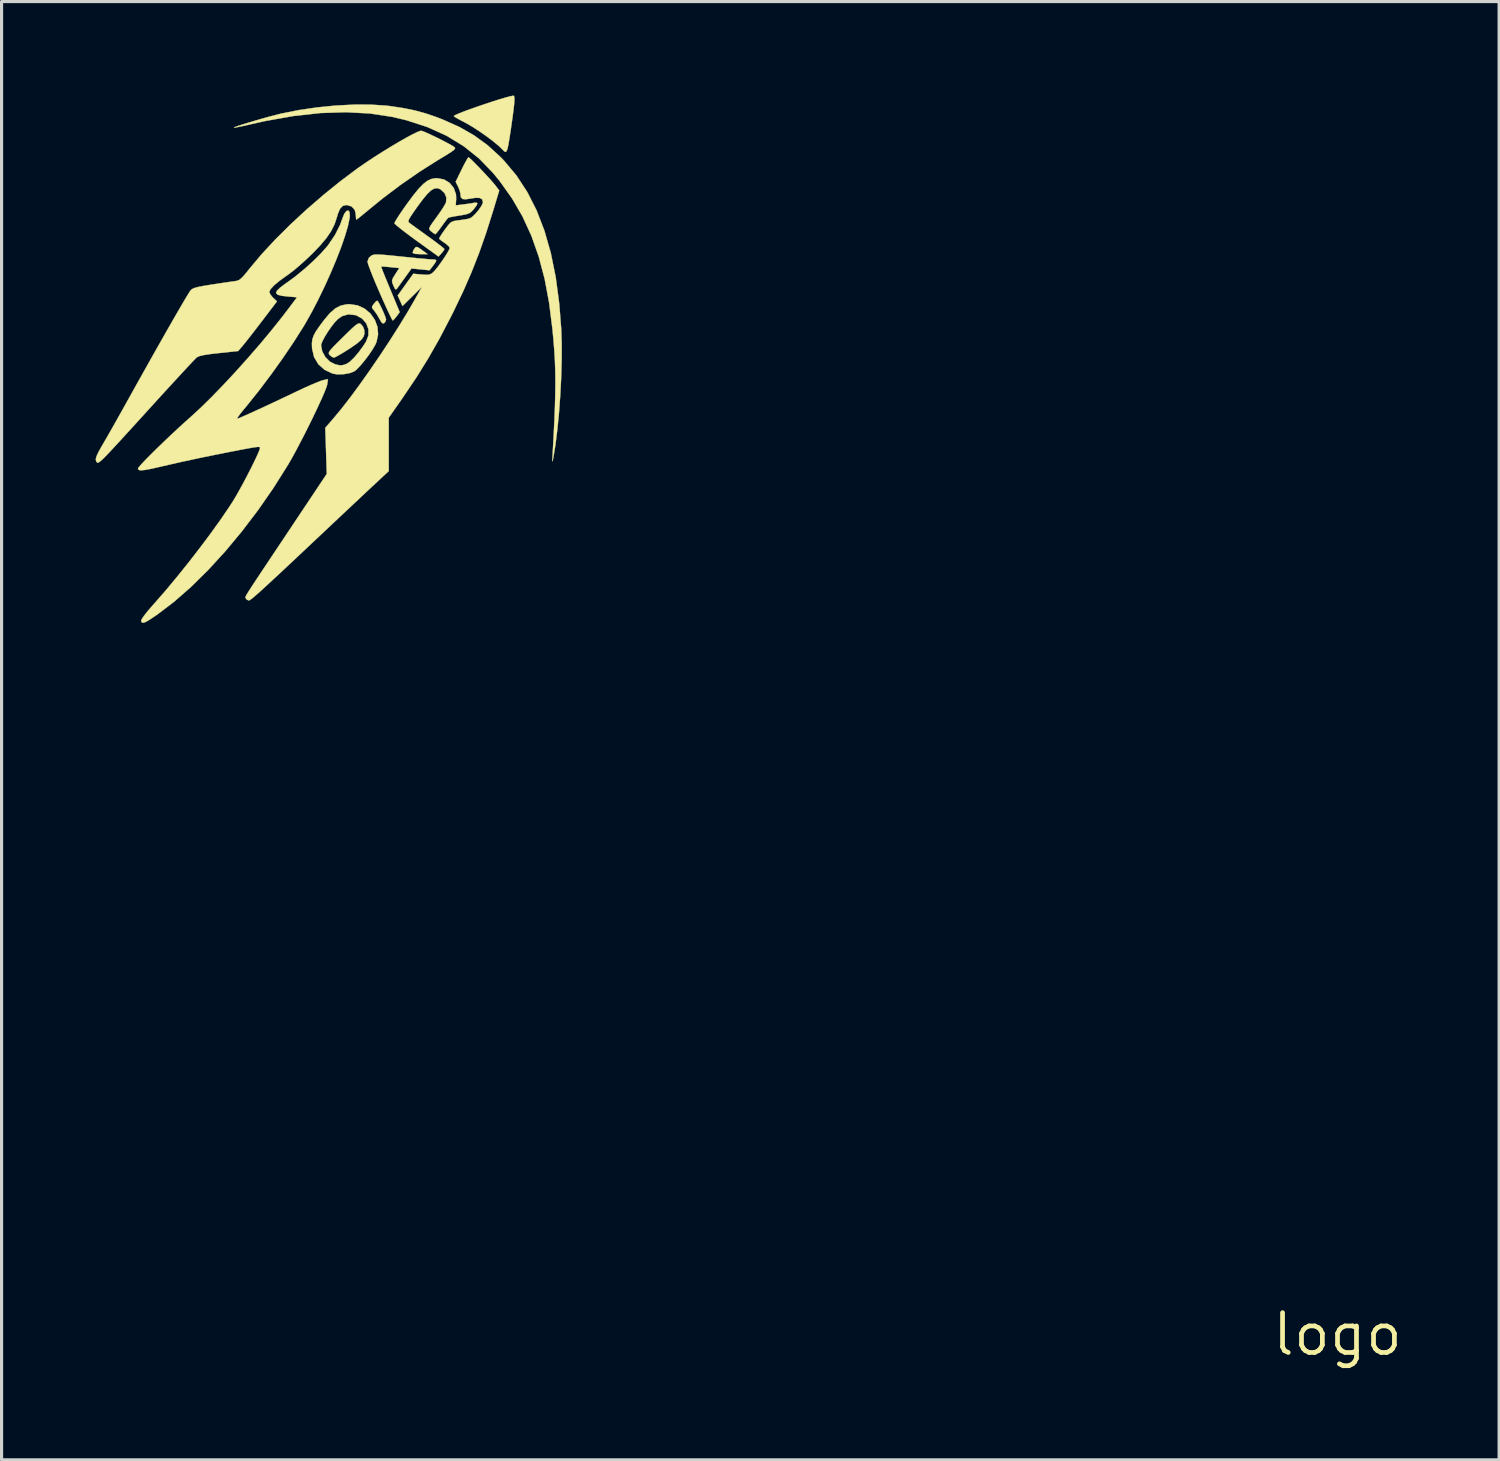
<source format=kicad_pcb>
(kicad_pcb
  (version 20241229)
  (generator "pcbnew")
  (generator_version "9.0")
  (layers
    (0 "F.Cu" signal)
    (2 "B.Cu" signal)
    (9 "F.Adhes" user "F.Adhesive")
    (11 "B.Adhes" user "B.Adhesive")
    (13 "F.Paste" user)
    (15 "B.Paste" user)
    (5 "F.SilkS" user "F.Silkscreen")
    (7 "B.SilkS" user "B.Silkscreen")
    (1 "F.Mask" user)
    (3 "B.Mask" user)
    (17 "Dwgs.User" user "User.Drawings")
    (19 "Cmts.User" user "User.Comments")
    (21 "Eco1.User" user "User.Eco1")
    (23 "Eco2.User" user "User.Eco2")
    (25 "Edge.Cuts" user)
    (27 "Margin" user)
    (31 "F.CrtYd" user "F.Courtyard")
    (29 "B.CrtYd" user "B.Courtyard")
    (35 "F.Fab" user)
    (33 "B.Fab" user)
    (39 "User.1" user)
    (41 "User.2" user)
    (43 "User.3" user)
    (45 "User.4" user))
  (footprint "logo"
    (layer "F.Cu")
    (at 39.62 39.517)
    (property "Reference" "logo" (at 0 0 0) (layer "F.SilkS") (effects (font (size 1.27 1.27) (thickness 0.15))))
    (attr through_hole)
    (fp_poly (pts (xy -29.293 -34.65) (xy -29.207 -34.589) (xy -29.028 -34.459) (xy -29.267 -34.459) (xy -29.42 -34.467) (xy -29.495 -34.492) (xy -29.505 -34.512) (xy -29.48 -34.586) (xy -29.445 -34.642) (xy -29.406 -34.684) (xy -29.363 -34.688) (xy -29.293 -34.65)) (stroke (width 0.01) (type solid)) (fill yes) (layer "F.SilkS"))
    (fp_poly (pts (xy -30.605 -32.941) (xy -30.553 -32.851) (xy -30.492 -32.726) (xy -30.431 -32.592) (xy -30.382 -32.47) (xy -30.355 -32.383) (xy -30.353 -32.365) (xy -30.383 -32.293) (xy -30.412 -32.262) (xy -30.455 -32.247) (xy -30.501 -32.286) (xy -30.563 -32.393) (xy -30.564 -32.394) (xy -30.639 -32.525) (xy -30.718 -32.638) (xy -30.742 -32.668) (xy -30.798 -32.736) (xy -30.8 -32.789) (xy -30.749 -32.867) (xy -30.684 -32.943) (xy -30.638 -32.976) (xy -30.637 -32.976) (xy -30.605 -32.941)) (stroke (width 0.01) (type solid)) (fill yes) (layer "F.SilkS"))
    (fp_poly (pts (xy -31.176 -32.24) (xy -31.162 -32.231) (xy -31.091 -32.147) (xy -31.053 -32.054) (xy -31.041 -31.939) (xy -31.066 -31.837) (xy -31.137 -31.736) (xy -31.262 -31.624) (xy -31.451 -31.49) (xy -31.538 -31.433) (xy -31.709 -31.325) (xy -31.857 -31.237) (xy -31.966 -31.178) (xy -32.02 -31.157) (xy -32.088 -31.186) (xy -32.15 -31.239) (xy -32.175 -31.272) (xy -32.182 -31.307) (xy -32.163 -31.353) (xy -32.111 -31.421) (xy -32.019 -31.521) (xy -31.879 -31.662) (xy -31.734 -31.805) (xy -31.551 -31.985) (xy -31.417 -32.112) (xy -31.323 -32.194) (xy -31.258 -32.237) (xy -31.212 -32.25) (xy -31.176 -32.24)) (stroke (width 0.01) (type solid)) (fill yes) (layer "F.SilkS"))
    (fp_poly (pts (xy -26.277 -39.511) (xy -26.262 -39.476) (xy -26.258 -39.394) (xy -26.266 -39.258) (xy -26.288 -39.06) (xy -26.323 -38.793) (xy -26.372 -38.451) (xy -26.377 -38.417) (xy -26.419 -38.145) (xy -26.452 -37.947) (xy -26.481 -37.816) (xy -26.51 -37.743) (xy -26.542 -37.72) (xy -26.582 -37.738) (xy -26.633 -37.788) (xy -26.653 -37.81) (xy -26.77 -37.922) (xy -26.941 -38.063) (xy -27.147 -38.218) (xy -27.369 -38.373) (xy -27.587 -38.515) (xy -27.782 -38.629) (xy -27.832 -38.656) (xy -27.987 -38.737) (xy -28.109 -38.805) (xy -28.181 -38.851) (xy -28.194 -38.863) (xy -28.156 -38.891) (xy -28.05 -38.939) (xy -27.891 -39.003) (xy -27.691 -39.077) (xy -27.465 -39.157) (xy -27.225 -39.239) (xy -26.987 -39.318) (xy -26.762 -39.39) (xy -26.565 -39.449) (xy -26.409 -39.491) (xy -26.308 -39.512) (xy -26.277 -39.511)) (stroke (width 0.01) (type solid)) (fill yes) (layer "F.SilkS"))
    (fp_poly (pts (xy -31.262 -32.825) (xy -31.037 -32.721) (xy -30.851 -32.563) (xy -30.712 -32.364) (xy -30.628 -32.138) (xy -30.608 -31.897) (xy -30.659 -31.655) (xy -30.696 -31.571) (xy -30.789 -31.412) (xy -30.911 -31.233) (xy -31.046 -31.055) (xy -31.18 -30.896) (xy -31.297 -30.775) (xy -31.368 -30.72) (xy -31.516 -30.663) (xy -31.707 -30.629) (xy -31.902 -30.623) (xy -32.056 -30.647) (xy -32.316 -30.77) (xy -32.516 -30.949) (xy -32.651 -31.177) (xy -32.714 -31.447) (xy -32.716 -31.473) (xy -32.718 -31.553) (xy -32.427 -31.553) (xy -32.39 -31.356) (xy -32.288 -31.172) (xy -32.141 -31.027) (xy -31.984 -30.948) (xy -31.851 -30.915) (xy -31.754 -30.914) (xy -31.65 -30.945) (xy -31.607 -30.962) (xy -31.501 -31.033) (xy -31.369 -31.163) (xy -31.223 -31.335) (xy -31.078 -31.535) (xy -30.994 -31.665) (xy -30.917 -31.863) (xy -30.916 -32.063) (xy -30.984 -32.248) (xy -31.113 -32.4) (xy -31.297 -32.503) (xy -31.338 -32.515) (xy -31.556 -32.539) (xy -31.752 -32.483) (xy -31.885 -32.393) (xy -31.982 -32.294) (xy -32.093 -32.154) (xy -32.205 -31.992) (xy -32.307 -31.828) (xy -32.384 -31.683) (xy -32.424 -31.577) (xy -32.427 -31.553) (xy -32.718 -31.553) (xy -32.72 -31.615) (xy -32.706 -31.736) (xy -32.667 -31.855) (xy -32.596 -31.988) (xy -32.484 -32.152) (xy -32.334 -32.353) (xy -32.147 -32.577) (xy -31.972 -32.729) (xy -31.796 -32.82) (xy -31.602 -32.86) (xy -31.517 -32.863) (xy -31.262 -32.825)) (stroke (width 0.01) (type solid)) (fill yes) (layer "F.SilkS"))
    (fp_poly (pts (xy -30.581 -34.447) (xy -30.439 -34.438) (xy -30.241 -34.42) (xy -29.975 -34.393) (xy -29.853 -34.38) (xy -29.583 -34.353) (xy -29.335 -34.328) (xy -29.123 -34.309) (xy -28.964 -34.295) (xy -28.871 -34.289) (xy -28.861 -34.289) (xy -28.778 -34.284) (xy -28.752 -34.256) (xy -28.781 -34.191) (xy -28.855 -34.089) (xy -28.966 -33.944) (xy -29.255 -33.973) (xy -29.543 -34.002) (xy -29.747 -33.717) (xy -29.849 -33.576) (xy -29.936 -33.454) (xy -29.993 -33.375) (xy -30.001 -33.364) (xy -30.037 -33.331) (xy -30.07 -33.354) (xy -30.114 -33.444) (xy -30.12 -33.458) (xy -30.157 -33.554) (xy -30.163 -33.624) (xy -30.133 -33.7) (xy -30.063 -33.814) (xy -30.06 -33.818) (xy -29.932 -34.015) (xy -30.215 -34.044) (xy -30.359 -34.057) (xy -30.465 -34.065) (xy -30.509 -34.064) (xy -30.509 -34.064) (xy -30.498 -34.023) (xy -30.46 -33.923) (xy -30.403 -33.78) (xy -30.369 -33.696) (xy -30.278 -33.476) (xy -30.175 -33.228) (xy -30.08 -33) (xy -30.069 -32.973) (xy -29.918 -32.609) (xy -30.017 -32.476) (xy -30.085 -32.391) (xy -30.135 -32.345) (xy -30.142 -32.343) (xy -30.166 -32.38) (xy -30.218 -32.484) (xy -30.294 -32.643) (xy -30.388 -32.848) (xy -30.495 -33.087) (xy -30.557 -33.228) (xy -30.669 -33.488) (xy -30.769 -33.727) (xy -30.85 -33.934) (xy -30.91 -34.095) (xy -30.942 -34.197) (xy -30.946 -34.222) (xy -30.905 -34.339) (xy -30.837 -34.401) (xy -30.796 -34.425) (xy -30.748 -34.44) (xy -30.68 -34.448) (xy -30.581 -34.447)) (stroke (width 0.01) (type solid)) (fill yes) (layer "F.SilkS"))
    (fp_poly (pts (xy -30.361 -39.198) (xy -30.226 -39.183) (xy -29.805 -39.119) (xy -29.437 -39.044) (xy -29.093 -38.95) (xy -28.742 -38.83) (xy -28.544 -38.753) (xy -28.014 -38.516) (xy -27.547 -38.249) (xy -27.122 -37.94) (xy -26.719 -37.574) (xy -26.591 -37.442) (xy -26.196 -36.971) (xy -25.85 -36.443) (xy -25.552 -35.857) (xy -25.302 -35.208) (xy -25.098 -34.497) (xy -24.94 -33.719) (xy -24.828 -32.873) (xy -24.765 -32.064) (xy -24.75 -31.603) (xy -24.751 -31.087) (xy -24.766 -30.537) (xy -24.795 -29.971) (xy -24.836 -29.41) (xy -24.888 -28.874) (xy -24.949 -28.383) (xy -25.018 -27.961) (xy -25.037 -27.871) (xy -25.047 -27.845) (xy -25.049 -27.889) (xy -25.044 -28.009) (xy -25.038 -28.109) (xy -25.007 -28.687) (xy -24.982 -29.193) (xy -24.965 -29.638) (xy -24.955 -30.034) (xy -24.952 -30.394) (xy -24.956 -30.729) (xy -24.967 -31.051) (xy -24.986 -31.372) (xy -25.012 -31.704) (xy -25.045 -32.058) (xy -25.045 -32.059) (xy -25.151 -32.901) (xy -25.296 -33.674) (xy -25.485 -34.387) (xy -25.718 -35.046) (xy -26 -35.66) (xy -26.334 -36.235) (xy -26.721 -36.78) (xy -26.943 -37.052) (xy -27.385 -37.509) (xy -27.88 -37.905) (xy -28.43 -38.239) (xy -29.037 -38.514) (xy -29.704 -38.731) (xy -30.158 -38.839) (xy -30.871 -38.947) (xy -31.633 -38.987) (xy -32.446 -38.961) (xy -33.307 -38.866) (xy -34.216 -38.705) (xy -34.661 -38.605) (xy -34.861 -38.559) (xy -35.029 -38.523) (xy -35.149 -38.501) (xy -35.205 -38.494) (xy -35.207 -38.495) (xy -35.176 -38.513) (xy -35.078 -38.549) (xy -34.926 -38.598) (xy -34.736 -38.656) (xy -34.522 -38.72) (xy -34.298 -38.785) (xy -34.078 -38.846) (xy -33.877 -38.899) (xy -33.709 -38.941) (xy -33.694 -38.944) (xy -33.134 -39.056) (xy -32.55 -39.141) (xy -31.961 -39.2) (xy -31.387 -39.229) (xy -30.848 -39.23) (xy -30.361 -39.198)) (stroke (width 0.01) (type solid)) (fill yes) (layer "F.SilkS"))
    (fp_poly (pts (xy -28.504 -36.841) (xy -28.325 -36.731) (xy -28.194 -36.569) (xy -28.123 -36.367) (xy -28.117 -36.222) (xy -28.131 -36.016) (xy -27.917 -36.042) (xy -27.76 -36.062) (xy -27.614 -36.085) (xy -27.567 -36.094) (xy -27.472 -36.104) (xy -27.439 -36.078) (xy -27.469 -36.009) (xy -27.558 -35.892) (xy -27.63 -35.813) (xy -27.704 -35.762) (xy -27.805 -35.728) (xy -27.957 -35.699) (xy -28.007 -35.692) (xy -28.166 -35.666) (xy -28.292 -35.642) (xy -28.362 -35.624) (xy -28.366 -35.622) (xy -28.407 -35.578) (xy -28.48 -35.484) (xy -28.571 -35.359) (xy -28.579 -35.347) (xy -28.669 -35.224) (xy -28.74 -35.135) (xy -28.78 -35.096) (xy -28.782 -35.096) (xy -28.83 -35.121) (xy -28.906 -35.179) (xy -28.951 -35.218) (xy -28.975 -35.253) (xy -28.971 -35.298) (xy -28.936 -35.367) (xy -28.863 -35.474) (xy -28.748 -35.632) (xy -28.712 -35.681) (xy -28.604 -35.835) (xy -28.512 -35.978) (xy -28.452 -36.085) (xy -28.441 -36.113) (xy -28.429 -36.265) (xy -28.49 -36.41) (xy -28.615 -36.525) (xy -28.627 -36.532) (xy -28.721 -36.565) (xy -28.818 -36.552) (xy -28.925 -36.488) (xy -29.05 -36.367) (xy -29.201 -36.182) (xy -29.351 -35.978) (xy -29.484 -35.789) (xy -29.572 -35.658) (xy -29.623 -35.57) (xy -29.641 -35.514) (xy -29.633 -35.479) (xy -29.605 -35.452) (xy -29.544 -35.407) (xy -29.429 -35.323) (xy -29.273 -35.211) (xy -29.092 -35.08) (xy -29.01 -35.021) (xy -28.83 -34.89) (xy -28.677 -34.775) (xy -28.563 -34.686) (xy -28.5 -34.632) (xy -28.492 -34.62) (xy -28.517 -34.572) (xy -28.579 -34.494) (xy -28.586 -34.487) (xy -28.681 -34.383) (xy -29.379 -34.887) (xy -29.591 -35.042) (xy -29.778 -35.183) (xy -29.93 -35.302) (xy -30.036 -35.39) (xy -30.085 -35.439) (xy -30.087 -35.444) (xy -30.066 -35.494) (xy -30.003 -35.6) (xy -29.906 -35.749) (xy -29.783 -35.928) (xy -29.685 -36.066) (xy -29.482 -36.34) (xy -29.312 -36.548) (xy -29.166 -36.698) (xy -29.036 -36.799) (xy -28.911 -36.857) (xy -28.782 -36.881) (xy -28.719 -36.883) (xy -28.504 -36.841)) (stroke (width 0.01) (type solid)) (fill yes) (layer "F.SilkS"))
    (fp_poly (pts (xy -27.685 -37.52) (xy -27.601 -37.442) (xy -27.485 -37.326) (xy -27.351 -37.188) (xy -27.21 -37.039) (xy -27.076 -36.894) (xy -26.961 -36.765) (xy -26.877 -36.666) (xy -26.864 -36.649) (xy -26.743 -36.489) (xy -26.944 -35.824) (xy -27.163 -35.131) (xy -27.386 -34.496) (xy -27.624 -33.89) (xy -27.888 -33.285) (xy -28.19 -32.653) (xy -28.304 -32.426) (xy -28.657 -31.752) (xy -29.01 -31.132) (xy -29.382 -30.533) (xy -29.79 -29.927) (xy -29.818 -29.885) (xy -30.268 -29.241) (xy -30.268 -28.389) (xy -30.268 -27.538) (xy -30.678 -27.157) (xy -30.804 -27.039) (xy -30.983 -26.872) (xy -31.202 -26.666) (xy -31.453 -26.43) (xy -31.726 -26.174) (xy -32.01 -25.907) (xy -32.278 -25.654) (xy -32.723 -25.235) (xy -33.11 -24.871) (xy -33.443 -24.558) (xy -33.727 -24.292) (xy -33.966 -24.07) (xy -34.164 -23.887) (xy -34.324 -23.74) (xy -34.452 -23.626) (xy -34.55 -23.54) (xy -34.623 -23.479) (xy -34.675 -23.44) (xy -34.71 -23.418) (xy -34.732 -23.411) (xy -34.735 -23.41) (xy -34.807 -23.445) (xy -34.824 -23.472) (xy -34.831 -23.485) (xy -34.838 -23.495) (xy -34.841 -23.507) (xy -34.836 -23.528) (xy -34.821 -23.562) (xy -34.791 -23.615) (xy -34.744 -23.692) (xy -34.675 -23.8) (xy -34.582 -23.943) (xy -34.46 -24.127) (xy -34.307 -24.358) (xy -34.118 -24.641) (xy -33.891 -24.982) (xy -33.621 -25.385) (xy -33.515 -25.545) (xy -32.246 -27.447) (xy -32.269 -28.183) (xy -32.293 -28.919) (xy -32.029 -29.223) (xy -31.777 -29.527) (xy -31.494 -29.891) (xy -31.19 -30.304) (xy -30.873 -30.752) (xy -30.552 -31.221) (xy -30.237 -31.698) (xy -29.937 -32.17) (xy -29.66 -32.624) (xy -29.457 -32.974) (xy -29.204 -33.422) (xy -29.517 -33.113) (xy -29.83 -32.804) (xy -29.906 -32.972) (xy -29.982 -33.14) (xy -29.485 -33.834) (xy -29.221 -33.81) (xy -29.068 -33.8) (xy -28.971 -33.808) (xy -28.9 -33.841) (xy -28.853 -33.879) (xy -28.779 -33.958) (xy -28.684 -34.08) (xy -28.579 -34.225) (xy -28.477 -34.375) (xy -28.392 -34.51) (xy -28.336 -34.612) (xy -28.321 -34.657) (xy -28.354 -34.711) (xy -28.438 -34.783) (xy -28.49 -34.819) (xy -28.59 -34.889) (xy -28.651 -34.943) (xy -28.66 -34.959) (xy -28.636 -35.007) (xy -28.575 -35.104) (xy -28.487 -35.229) (xy -28.471 -35.252) (xy -28.372 -35.384) (xy -28.299 -35.463) (xy -28.225 -35.506) (xy -28.128 -35.528) (xy -28.037 -35.539) (xy -27.882 -35.56) (xy -27.746 -35.584) (xy -27.686 -35.598) (xy -27.604 -35.649) (xy -27.502 -35.748) (xy -27.398 -35.87) (xy -27.314 -35.992) (xy -27.267 -36.091) (xy -27.263 -36.116) (xy -27.286 -36.206) (xy -27.363 -36.252) (xy -27.501 -36.256) (xy -27.645 -36.234) (xy -27.812 -36.209) (xy -27.913 -36.218) (xy -27.965 -36.269) (xy -27.981 -36.367) (xy -27.982 -36.386) (xy -28.001 -36.478) (xy -28.048 -36.597) (xy -28.058 -36.618) (xy -28.134 -36.767) (xy -27.943 -37.158) (xy -27.861 -37.321) (xy -27.791 -37.45) (xy -27.742 -37.531) (xy -27.725 -37.55) (xy -27.685 -37.52)) (stroke (width 0.01) (type solid)) (fill yes) (layer "F.SilkS"))
    (fp_poly (pts (xy -31.52 -35.803) (xy -31.509 -35.683) (xy -31.517 -35.608) (xy -31.571 -35.354) (xy -31.663 -35.041) (xy -31.787 -34.681) (xy -31.94 -34.287) (xy -32.114 -33.873) (xy -32.305 -33.449) (xy -32.507 -33.031) (xy -32.715 -32.629) (xy -32.923 -32.258) (xy -32.994 -32.139) (xy -33.299 -31.658) (xy -33.647 -31.143) (xy -34.022 -30.619) (xy -34.405 -30.111) (xy -34.779 -29.643) (xy -34.884 -29.517) (xy -34.991 -29.386) (xy -35.067 -29.283) (xy -35.104 -29.221) (xy -35.102 -29.21) (xy -35.048 -29.228) (xy -34.925 -29.279) (xy -34.741 -29.36) (xy -34.504 -29.468) (xy -34.221 -29.598) (xy -33.901 -29.748) (xy -33.55 -29.914) (xy -33.212 -30.075) (xy -32.98 -30.184) (xy -32.762 -30.282) (xy -32.576 -30.361) (xy -32.436 -30.416) (xy -32.371 -30.436) (xy -32.206 -30.473) (xy -32.232 -30.297) (xy -32.26 -30.203) (xy -32.323 -30.046) (xy -32.413 -29.838) (xy -32.527 -29.59) (xy -32.658 -29.314) (xy -32.801 -29.022) (xy -32.949 -28.726) (xy -33.098 -28.437) (xy -33.241 -28.166) (xy -33.373 -27.926) (xy -33.475 -27.75) (xy -33.937 -27.015) (xy -34.431 -26.302) (xy -34.949 -25.621) (xy -35.484 -24.978) (xy -36.029 -24.383) (xy -36.575 -23.844) (xy -37.117 -23.369) (xy -37.647 -22.966) (xy -37.742 -22.901) (xy -37.912 -22.789) (xy -38.027 -22.723) (xy -38.1 -22.698) (xy -38.143 -22.71) (xy -38.169 -22.754) (xy -38.15 -22.812) (xy -38.073 -22.926) (xy -37.939 -23.094) (xy -37.75 -23.311) (xy -37.709 -23.357) (xy -37.367 -23.749) (xy -37.007 -24.183) (xy -36.639 -24.642) (xy -36.277 -25.11) (xy -35.932 -25.571) (xy -35.617 -26.011) (xy -35.345 -26.412) (xy -35.248 -26.562) (xy -35.147 -26.729) (xy -35.031 -26.933) (xy -34.907 -27.16) (xy -34.782 -27.397) (xy -34.662 -27.631) (xy -34.555 -27.848) (xy -34.467 -28.035) (xy -34.405 -28.179) (xy -34.376 -28.265) (xy -34.375 -28.276) (xy -34.378 -28.295) (xy -34.393 -28.306) (xy -34.431 -28.31) (xy -34.5 -28.304) (xy -34.609 -28.288) (xy -34.769 -28.26) (xy -34.988 -28.219) (xy -35.275 -28.163) (xy -35.454 -28.128) (xy -36.199 -27.978) (xy -36.896 -27.829) (xy -37.58 -27.672) (xy -37.602 -27.667) (xy -37.86 -27.608) (xy -38.047 -27.574) (xy -38.171 -27.563) (xy -38.241 -27.574) (xy -38.268 -27.607) (xy -38.269 -27.618) (xy -38.239 -27.666) (xy -38.156 -27.762) (xy -38.026 -27.899) (xy -37.86 -28.067) (xy -37.665 -28.26) (xy -37.45 -28.468) (xy -37.224 -28.683) (xy -36.994 -28.897) (xy -36.77 -29.102) (xy -36.576 -29.275) (xy -36.267 -29.559) (xy -35.92 -29.9) (xy -35.547 -30.285) (xy -35.159 -30.702) (xy -34.767 -31.139) (xy -34.382 -31.582) (xy -34.016 -32.021) (xy -33.68 -32.442) (xy -33.499 -32.678) (xy -33.194 -33.084) (xy -33.478 -33.107) (xy -33.682 -33.13) (xy -33.81 -33.164) (xy -33.863 -33.214) (xy -33.84 -33.286) (xy -33.742 -33.384) (xy -33.569 -33.515) (xy -33.49 -33.569) (xy -33.226 -33.765) (xy -32.948 -33.994) (xy -32.677 -34.239) (xy -32.434 -34.481) (xy -32.237 -34.702) (xy -32.199 -34.75) (xy -31.98 -35.075) (xy -31.815 -35.405) (xy -31.748 -35.592) (xy -31.686 -35.747) (xy -31.619 -35.834) (xy -31.56 -35.853) (xy -31.52 -35.803)) (stroke (width 0.01) (type solid)) (fill yes) (layer "F.SilkS"))
    (fp_poly (pts (xy -29.172 -38.378) (xy -29.054 -38.328) (xy -28.898 -38.256) (xy -28.721 -38.171) (xy -28.542 -38.081) (xy -28.38 -37.996) (xy -28.251 -37.924) (xy -28.178 -37.878) (xy -28.154 -37.853) (xy -28.155 -37.824) (xy -28.189 -37.784) (xy -28.266 -37.727) (xy -28.394 -37.644) (xy -28.581 -37.53) (xy -28.713 -37.451) (xy -29.291 -37.085) (xy -29.885 -36.673) (xy -30.463 -36.237) (xy -30.849 -35.923) (xy -31.01 -35.789) (xy -31.146 -35.678) (xy -31.246 -35.598) (xy -31.297 -35.561) (xy -31.3 -35.56) (xy -31.312 -35.597) (xy -31.318 -35.69) (xy -31.318 -35.717) (xy -31.354 -35.874) (xy -31.453 -35.981) (xy -31.604 -36.025) (xy -31.627 -36.026) (xy -31.733 -36) (xy -31.816 -35.916) (xy -31.885 -35.763) (xy -31.92 -35.645) (xy -31.995 -35.417) (xy -32.103 -35.199) (xy -32.254 -34.976) (xy -32.457 -34.735) (xy -32.702 -34.48) (xy -32.893 -34.297) (xy -33.095 -34.115) (xy -33.285 -33.953) (xy -33.444 -33.83) (xy -33.482 -33.803) (xy -33.734 -33.623) (xy -33.92 -33.47) (xy -34.036 -33.347) (xy -34.078 -33.257) (xy -34.078 -33.253) (xy -34.049 -33.179) (xy -33.977 -33.087) (xy -33.956 -33.067) (xy -33.834 -32.953) (xy -34.316 -32.32) (xy -34.479 -32.107) (xy -34.634 -31.907) (xy -34.77 -31.733) (xy -34.876 -31.6) (xy -34.936 -31.527) (xy -35.073 -31.368) (xy -35.687 -31.303) (xy -35.966 -31.271) (xy -36.169 -31.239) (xy -36.306 -31.207) (xy -36.385 -31.171) (xy -36.392 -31.166) (xy -36.439 -31.121) (xy -36.536 -31.019) (xy -36.678 -30.868) (xy -36.859 -30.673) (xy -37.072 -30.442) (xy -37.312 -30.181) (xy -37.573 -29.896) (xy -37.831 -29.612) (xy -38.185 -29.223) (xy -38.486 -28.892) (xy -38.739 -28.615) (xy -38.948 -28.387) (xy -39.118 -28.204) (xy -39.253 -28.061) (xy -39.357 -27.955) (xy -39.435 -27.881) (xy -39.492 -27.834) (xy -39.531 -27.81) (xy -39.558 -27.805) (xy -39.576 -27.814) (xy -39.59 -27.833) (xy -39.603 -27.856) (xy -39.615 -27.914) (xy -39.594 -28.004) (xy -39.533 -28.137) (xy -39.43 -28.324) (xy -39.369 -28.427) (xy -39.297 -28.551) (xy -39.19 -28.737) (xy -39.057 -28.971) (xy -38.905 -29.241) (xy -38.741 -29.534) (xy -38.572 -29.837) (xy -38.532 -29.909) (xy -38.278 -30.365) (xy -38.028 -30.811) (xy -37.787 -31.24) (xy -37.558 -31.645) (xy -37.344 -32.022) (xy -37.149 -32.362) (xy -36.977 -32.66) (xy -36.832 -32.909) (xy -36.716 -33.104) (xy -36.635 -33.237) (xy -36.59 -33.303) (xy -36.59 -33.303) (xy -36.542 -33.345) (xy -36.468 -33.38) (xy -36.352 -33.412) (xy -36.18 -33.446) (xy -35.962 -33.481) (xy -35.735 -33.516) (xy -35.518 -33.549) (xy -35.337 -33.575) (xy -35.214 -33.592) (xy -35.211 -33.593) (xy -35.124 -33.606) (xy -35.054 -33.63) (xy -34.988 -33.675) (xy -34.909 -33.753) (xy -34.805 -33.876) (xy -34.684 -34.028) (xy -34.315 -34.466) (xy -33.885 -34.929) (xy -33.406 -35.405) (xy -32.892 -35.881) (xy -32.357 -36.344) (xy -31.815 -36.783) (xy -31.28 -37.184) (xy -31.229 -37.22) (xy -30.989 -37.386) (xy -30.728 -37.558) (xy -30.457 -37.73) (xy -30.188 -37.895) (xy -29.932 -38.047) (xy -29.699 -38.18) (xy -29.5 -38.286) (xy -29.347 -38.36) (xy -29.249 -38.394) (xy -29.234 -38.396) (xy -29.172 -38.378)) (stroke (width 0.01) (type solid)) (fill yes) (layer "F.SilkS")))
  (gr_rect
    (start -3 -3)
    (end 44.775 43.523)
    (stroke (width 0.1) (type default))
    (fill no)
    (layer "Edge.Cuts")))
</source>
